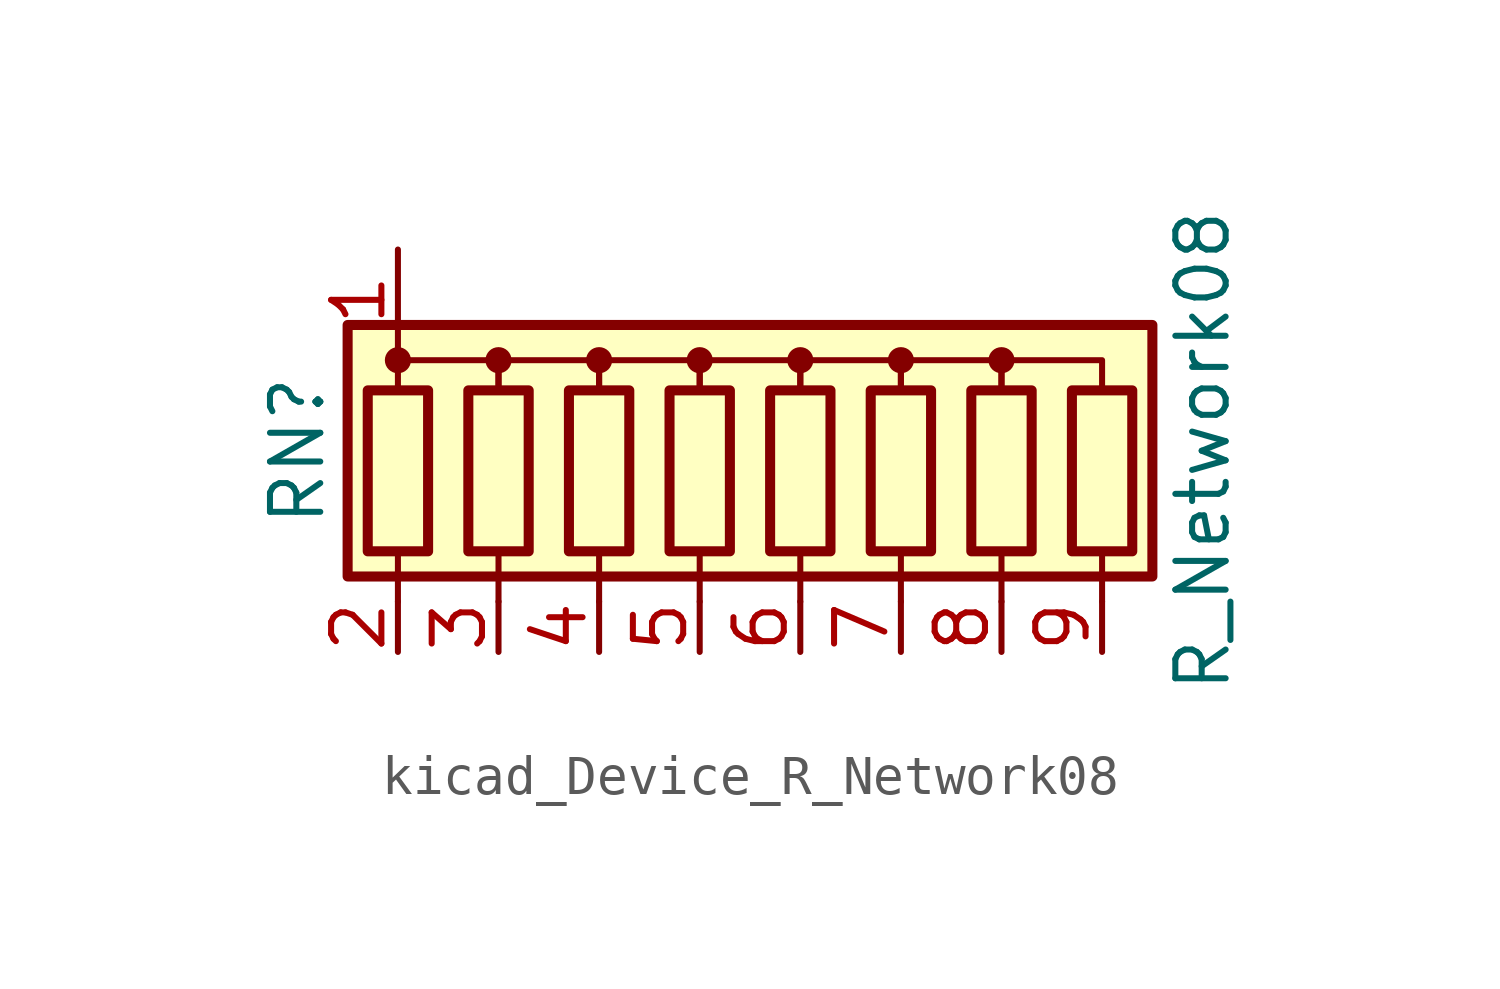
<source format=kicad_sym>
(kicad_symbol_lib
  (version 20220914)
  (generator kicad_symbol_editor)
  (symbol "kicad_Device_R_Network08"
    (pin_names
      (offset 0) hide)
    (property "Reference" "RN"
      (at -12.7 0 90)
      (effects (font (size 1.27 1.27))))
    (property "Value" "R_Network08"
      (at 10.16 0 90)
      (effects (font (size 1.27 1.27))))
    (symbol "kicad_Device_R_Network08_0_1"
      (rectangle (start -11.43 -3.175) (end 8.89 3.175) (stroke (width 0.254) (type default)) (fill (type background)))
      (rectangle (start -10.922 1.524) (end -9.398 -2.54) (stroke (width 0.254) (type default)) (fill (type none)))
      (circle (center -10.16 2.286) (radius 0.254) (stroke (width 0) (type default)) (fill (type outline)))
      (rectangle (start -8.382 1.524) (end -6.858 -2.54) (stroke (width 0.254) (type default)) (fill (type none)))
      (circle (center -7.62 2.286) (radius 0.254) (stroke (width 0) (type default)) (fill (type outline)))
      (rectangle (start -5.842 1.524) (end -4.318 -2.54) (stroke (width 0.254) (type default)) (fill (type none)))
      (circle (center -5.08 2.286) (radius 0.254) (stroke (width 0) (type default)) (fill (type outline)))
      (rectangle (start -3.302 1.524) (end -1.778 -2.54) (stroke (width 0.254) (type default)) (fill (type none)))
      (circle (center -2.54 2.286) (radius 0.254) (stroke (width 0) (type default)) (fill (type outline)))
      (rectangle (start -0.762 1.524) (end 0.762 -2.54) (stroke (width 0.254) (type default)) (fill (type none)))
      (polyline (pts (xy -10.16 -2.54) (xy -10.16 -3.81)) (stroke (width 0) (type default)) (fill (type none)))
      (polyline (pts (xy -7.62 -2.54) (xy -7.62 -3.81)) (stroke (width 0) (type default)) (fill (type none)))
      (polyline (pts (xy -5.08 -2.54) (xy -5.08 -3.81)) (stroke (width 0) (type default)) (fill (type none)))
      (polyline (pts (xy -2.54 -2.54) (xy -2.54 -3.81)) (stroke (width 0) (type default)) (fill (type none)))
      (polyline (pts (xy 0 -2.54) (xy 0 -3.81)) (stroke (width 0) (type default)) (fill (type none)))
      (polyline (pts (xy 2.54 -2.54) (xy 2.54 -3.81)) (stroke (width 0) (type default)) (fill (type none)))
      (polyline (pts (xy 5.08 -2.54) (xy 5.08 -3.81)) (stroke (width 0) (type default)) (fill (type none)))
      (polyline (pts (xy 7.62 -2.54) (xy 7.62 -3.81)) (stroke (width 0) (type default)) (fill (type none)))
      (polyline (pts (xy -10.16 1.524) (xy -10.16 2.286) (xy -7.62 2.286) (xy -7.62 1.524)) (stroke (width 0) (type default)) (fill (type none)))
      (polyline (pts (xy -7.62 1.524) (xy -7.62 2.286) (xy -5.08 2.286) (xy -5.08 1.524)) (stroke (width 0) (type default)) (fill (type none)))
      (polyline (pts (xy -5.08 1.524) (xy -5.08 2.286) (xy -2.54 2.286) (xy -2.54 1.524)) (stroke (width 0) (type default)) (fill (type none)))
      (polyline (pts (xy -2.54 1.524) (xy -2.54 2.286) (xy 0 2.286) (xy 0 1.524)) (stroke (width 0) (type default)) (fill (type none)))
      (polyline (pts (xy 0 1.524) (xy 0 2.286) (xy 2.54 2.286) (xy 2.54 1.524)) (stroke (width 0) (type default)) (fill (type none)))
      (polyline (pts (xy 2.54 1.524) (xy 2.54 2.286) (xy 5.08 2.286) (xy 5.08 1.524)) (stroke (width 0) (type default)) (fill (type none)))
      (polyline (pts (xy 5.08 1.524) (xy 5.08 2.286) (xy 7.62 2.286) (xy 7.62 1.524)) (stroke (width 0) (type default)) (fill (type none)))
      (circle (center 0 2.286) (radius 0.254) (stroke (width 0) (type default)) (fill (type outline)))
      (rectangle (start 1.778 1.524) (end 3.302 -2.54) (stroke (width 0.254) (type default)) (fill (type none)))
      (circle (center 2.54 2.286) (radius 0.254) (stroke (width 0) (type default)) (fill (type outline)))
      (rectangle (start 4.318 1.524) (end 5.842 -2.54) (stroke (width 0.254) (type default)) (fill (type none)))
      (circle (center 5.08 2.286) (radius 0.254) (stroke (width 0) (type default)) (fill (type outline)))
      (rectangle (start 6.858 1.524) (end 8.382 -2.54) (stroke (width 0.254) (type default)) (fill (type none))))
    (symbol "kicad_Device_R_Network08_1_1"
      (pin passive line (at -10.16 5.08 270) (length 2.54) (name "common" (effects (font (size 1.27 1.27)))) (number "1" (effects (font (size 1.27 1.27)))))
      (pin passive line (at -10.16 -5.08 90) (length 1.27) (name "R1" (effects (font (size 1.27 1.27)))) (number "2" (effects (font (size 1.27 1.27)))))
      (pin passive line (at -7.62 -5.08 90) (length 1.27) (name "R2" (effects (font (size 1.27 1.27)))) (number "3" (effects (font (size 1.27 1.27)))))
      (pin passive line (at -5.08 -5.08 90) (length 1.27) (name "R3" (effects (font (size 1.27 1.27)))) (number "4" (effects (font (size 1.27 1.27)))))
      (pin passive line (at -2.54 -5.08 90) (length 1.27) (name "R4" (effects (font (size 1.27 1.27)))) (number "5" (effects (font (size 1.27 1.27)))))
      (pin passive line (at 0 -5.08 90) (length 1.27) (name "R5" (effects (font (size 1.27 1.27)))) (number "6" (effects (font (size 1.27 1.27)))))
      (pin passive line (at 2.54 -5.08 90) (length 1.27) (name "R6" (effects (font (size 1.27 1.27)))) (number "7" (effects (font (size 1.27 1.27)))))
      (pin passive line (at 5.08 -5.08 90) (length 1.27) (name "R7" (effects (font (size 1.27 1.27)))) (number "8" (effects (font (size 1.27 1.27)))))
      (pin passive line (at 7.62 -5.08 90) (length 1.27) (name "R8" (effects (font (size 1.27 1.27)))) (number "9" (effects (font (size 1.27 1.27))))))))
</source>
